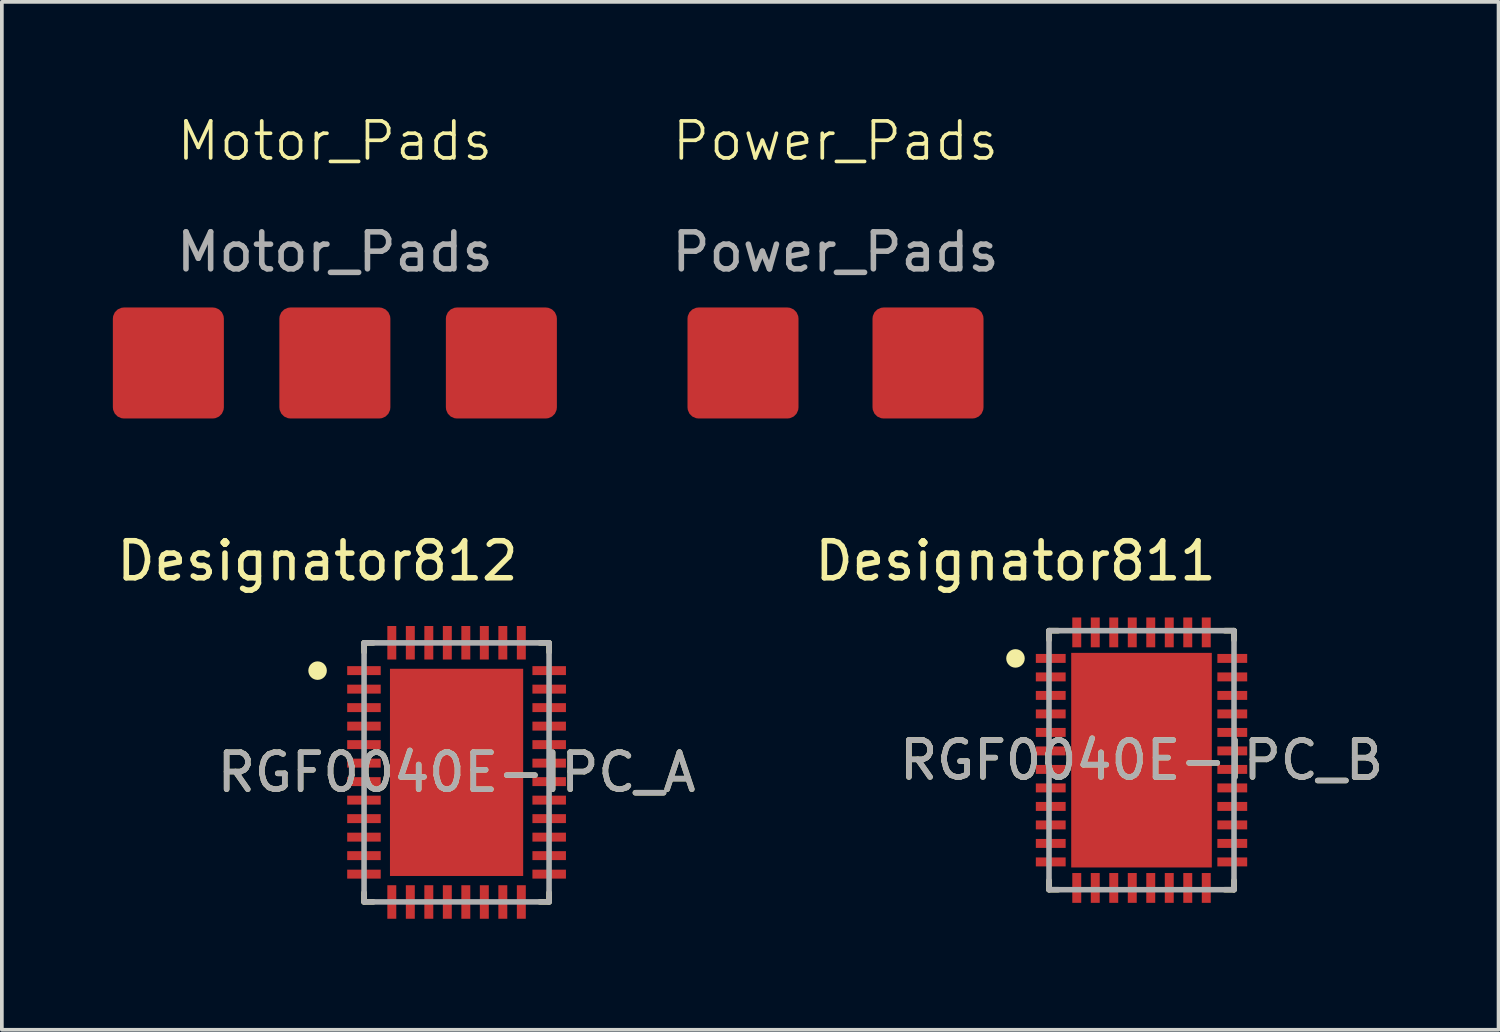
<source format=kicad_pcb>
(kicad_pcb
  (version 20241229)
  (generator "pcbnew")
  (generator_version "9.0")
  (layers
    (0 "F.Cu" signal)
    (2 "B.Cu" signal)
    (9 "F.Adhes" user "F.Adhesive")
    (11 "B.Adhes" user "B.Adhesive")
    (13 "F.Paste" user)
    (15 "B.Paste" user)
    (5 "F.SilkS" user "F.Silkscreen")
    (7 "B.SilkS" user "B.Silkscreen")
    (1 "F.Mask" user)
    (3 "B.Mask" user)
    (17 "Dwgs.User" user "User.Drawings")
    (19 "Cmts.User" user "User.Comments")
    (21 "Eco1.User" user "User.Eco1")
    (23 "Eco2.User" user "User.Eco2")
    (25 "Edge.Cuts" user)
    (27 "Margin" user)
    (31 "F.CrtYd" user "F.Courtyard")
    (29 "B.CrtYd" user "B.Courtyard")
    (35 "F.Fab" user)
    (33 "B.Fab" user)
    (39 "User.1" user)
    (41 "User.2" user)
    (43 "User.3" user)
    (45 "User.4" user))
  (footprint "Power_Pads"
    (layer "F.Cu")
    (at 19.53 1.26)
    (property "Reference" "Power_Pads" (at 0 -0.5 0) (unlocked yes) (layer "F.SilkS") (effects (font (size 1 1) (thickness 0.1))))
    (attr smd)
    (fp_text user "${REFERENCE}" (at 0 2.5 0) (unlocked yes) (layer "F.Fab") (effects (font (size 1 1) (thickness 0.15))))
    (pad "1" smd roundrect (at -2.5 5.5) (size 3 3) (layers "F.Cu" "F.Mask" "F.Paste") (roundrect_rratio 0.1))
    (pad "2" smd roundrect (at 2.5 5.5) (size 3 3) (layers "F.Cu" "F.Mask" "F.Paste") (roundrect_rratio 0.1)))
  (footprint "RGF0040E-IPC_A"
    (layer "F.Cu")
    (at 9.289 17.824)
    (property "Reference" "RGF0040E-IPC_A" (at 0 0 0) (unlocked yes) (layer "F.SilkS") (effects (font (size 1 1) (thickness 0.15))))
    (attr smd)
    (fp_line (start -2.5 -3.5) (end -2.25 -3.5) (stroke (width 0.15) (type solid)) (layer "F.SilkS"))
    (fp_line (start -2.5 -3.25) (end -2.5 -3.5) (stroke (width 0.15) (type solid)) (layer "F.SilkS"))
    (fp_line (start -2.5 3.5) (end -2.5 3.25) (stroke (width 0.15) (type solid)) (layer "F.SilkS"))
    (fp_line (start -2.5 3.5) (end -2.25 3.5) (stroke (width 0.15) (type solid)) (layer "F.SilkS"))
    (fp_line (start 2.25 -3.5) (end 2.5 -3.5) (stroke (width 0.15) (type solid)) (layer "F.SilkS"))
    (fp_line (start 2.25 3.5) (end 2.5 3.5) (stroke (width 0.15) (type solid)) (layer "F.SilkS"))
    (fp_line (start 2.5 -3.25) (end 2.5 -3.5) (stroke (width 0.15) (type solid)) (layer "F.SilkS"))
    (fp_line (start 2.5 3.5) (end 2.5 3.25) (stroke (width 0.15) (type solid)) (layer "F.SilkS"))
    (fp_circle (center -3.756 -2.75) (end -3.631 -2.75) (stroke (width 0.25) (type solid)) (fill no) (layer "F.SilkS"))
    (fp_poly (pts (xy -1.278 -0.311) (xy 1.278 -0.311) (xy 1.278 -2.278) (xy -1.278 -2.278)) (stroke (width 0) (type solid)) (fill yes) (layer "F.Paste"))
    (fp_poly (pts (xy -1.278 2.278) (xy 1.278 2.278) (xy 1.278 0.311) (xy -1.278 0.311)) (stroke (width 0) (type solid)) (fill yes) (layer "F.Paste"))
    (fp_line (start -2.5 -3.5) (end 2.5 -3.5) (stroke (width 0.15) (type solid)) (layer "F.Fab"))
    (fp_line (start -2.5 3.5) (end -2.5 -3.5) (stroke (width 0.15) (type solid)) (layer "F.Fab"))
    (fp_line (start -2.5 3.5) (end 2.5 3.5) (stroke (width 0.15) (type solid)) (layer "F.Fab"))
    (fp_line (start 2.5 3.5) (end 2.5 -3.5) (stroke (width 0.15) (type solid)) (layer "F.Fab"))
    (fp_text user "Designator812" (at -3.759 -5.715 0) (unlocked yes) (layer "F.SilkS") (effects (font (size 1 1) (thickness 0.15))))
    (fp_text user "${REFERENCE}" (at 0 0 0) (unlocked yes) (layer "F.Fab") (effects (font (size 1 1) (thickness 0.15))))
    (pad "1" smd rect (at -2.503 -2.75 90) (size 0.242 0.906) (layers "F.Cu" "F.Mask" "F.Paste"))
    (pad "2" smd rect (at -2.503 -2.25 90) (size 0.242 0.906) (layers "F.Cu" "F.Mask" "F.Paste"))
    (pad "3" smd rect (at -2.503 -1.75 90) (size 0.242 0.906) (layers "F.Cu" "F.Mask" "F.Paste"))
    (pad "4" smd rect (at -2.503 -1.25 90) (size 0.242 0.906) (layers "F.Cu" "F.Mask" "F.Paste"))
    (pad "5" smd rect (at -2.503 -0.75 90) (size 0.242 0.906) (layers "F.Cu" "F.Mask" "F.Paste"))
    (pad "6" smd rect (at -2.503 -0.25 90) (size 0.242 0.906) (layers "F.Cu" "F.Mask" "F.Paste"))
    (pad "7" smd rect (at -2.503 0.25 90) (size 0.242 0.906) (layers "F.Cu" "F.Mask" "F.Paste"))
    (pad "8" smd rect (at -2.503 0.75 90) (size 0.242 0.906) (layers "F.Cu" "F.Mask" "F.Paste"))
    (pad "9" smd rect (at -2.503 1.25 90) (size 0.242 0.906) (layers "F.Cu" "F.Mask" "F.Paste"))
    (pad "10" smd rect (at -2.503 1.75 90) (size 0.242 0.906) (layers "F.Cu" "F.Mask" "F.Paste"))
    (pad "11" smd rect (at -2.503 2.25 90) (size 0.242 0.906) (layers "F.Cu" "F.Mask" "F.Paste"))
    (pad "12" smd rect (at -2.503 2.75 90) (size 0.242 0.906) (layers "F.Cu" "F.Mask" "F.Paste"))
    (pad "13" smd rect (at -1.75 3.503) (size 0.242 0.906) (layers "F.Cu" "F.Mask" "F.Paste"))
    (pad "14" smd rect (at -1.25 3.503) (size 0.242 0.906) (layers "F.Cu" "F.Mask" "F.Paste"))
    (pad "15" smd rect (at -0.75 3.503) (size 0.242 0.906) (layers "F.Cu" "F.Mask" "F.Paste"))
    (pad "16" smd rect (at -0.25 3.503) (size 0.242 0.906) (layers "F.Cu" "F.Mask" "F.Paste"))
    (pad "17" smd rect (at 0.25 3.503) (size 0.242 0.906) (layers "F.Cu" "F.Mask" "F.Paste"))
    (pad "18" smd rect (at 0.75 3.503) (size 0.242 0.906) (layers "F.Cu" "F.Mask" "F.Paste"))
    (pad "19" smd rect (at 1.25 3.503) (size 0.242 0.906) (layers "F.Cu" "F.Mask" "F.Paste"))
    (pad "20" smd rect (at 1.75 3.503) (size 0.242 0.906) (layers "F.Cu" "F.Mask" "F.Paste"))
    (pad "21" smd rect (at 2.503 2.75 90) (size 0.242 0.906) (layers "F.Cu" "F.Mask" "F.Paste"))
    (pad "22" smd rect (at 2.503 2.25 90) (size 0.242 0.906) (layers "F.Cu" "F.Mask" "F.Paste"))
    (pad "23" smd rect (at 2.503 1.75 90) (size 0.242 0.906) (layers "F.Cu" "F.Mask" "F.Paste"))
    (pad "24" smd rect (at 2.503 1.25 90) (size 0.242 0.906) (layers "F.Cu" "F.Mask" "F.Paste"))
    (pad "25" smd rect (at 2.503 0.75 90) (size 0.242 0.906) (layers "F.Cu" "F.Mask" "F.Paste"))
    (pad "26" smd rect (at 2.503 0.25 90) (size 0.242 0.906) (layers "F.Cu" "F.Mask" "F.Paste"))
    (pad "27" smd rect (at 2.503 -0.25 90) (size 0.242 0.906) (layers "F.Cu" "F.Mask" "F.Paste"))
    (pad "28" smd rect (at 2.503 -0.75 90) (size 0.242 0.906) (layers "F.Cu" "F.Mask" "F.Paste"))
    (pad "29" smd rect (at 2.503 -1.25 90) (size 0.242 0.906) (layers "F.Cu" "F.Mask" "F.Paste"))
    (pad "30" smd rect (at 2.503 -1.75 90) (size 0.242 0.906) (layers "F.Cu" "F.Mask" "F.Paste"))
    (pad "31" smd rect (at 2.503 -2.25 90) (size 0.242 0.906) (layers "F.Cu" "F.Mask" "F.Paste"))
    (pad "32" smd rect (at 2.503 -2.75 90) (size 0.242 0.906) (layers "F.Cu" "F.Mask" "F.Paste"))
    (pad "33" smd rect (at 1.75 -3.503) (size 0.242 0.906) (layers "F.Cu" "F.Mask" "F.Paste"))
    (pad "34" smd rect (at 1.25 -3.503) (size 0.242 0.906) (layers "F.Cu" "F.Mask" "F.Paste"))
    (pad "35" smd rect (at 0.75 -3.503) (size 0.242 0.906) (layers "F.Cu" "F.Mask" "F.Paste"))
    (pad "36" smd rect (at 0.25 -3.503) (size 0.242 0.906) (layers "F.Cu" "F.Mask" "F.Paste"))
    (pad "37" smd rect (at -0.25 -3.503) (size 0.242 0.906) (layers "F.Cu" "F.Mask" "F.Paste"))
    (pad "38" smd rect (at -0.75 -3.503) (size 0.242 0.906) (layers "F.Cu" "F.Mask" "F.Paste"))
    (pad "39" smd rect (at -1.25 -3.503) (size 0.242 0.906) (layers "F.Cu" "F.Mask" "F.Paste"))
    (pad "40" smd rect (at -1.75 -3.503) (size 0.242 0.906) (layers "F.Cu" "F.Mask" "F.Paste"))
    (pad "41" smd rect (at 0 0) (size 3.6 5.6) (layers "F.Cu" "F.Mask")))
  (footprint "Motor_Pads"
    (layer "F.Cu")
    (at 6 1.26)
    (property "Reference" "Motor_Pads" (at 0 -0.5 0) (unlocked yes) (layer "F.SilkS") (effects (font (size 1 1) (thickness 0.1))))
    (attr smd)
    (fp_text user "${REFERENCE}" (at 0 2.5 0) (unlocked yes) (layer "F.Fab") (effects (font (size 1 1) (thickness 0.15))))
    (pad "1" smd roundrect (at -4.5 5.5) (size 3 3) (layers "F.Cu" "F.Mask" "F.Paste") (roundrect_rratio 0.1))
    (pad "2" smd roundrect (at 0 5.5) (size 3 3) (layers "F.Cu" "F.Mask" "F.Paste") (roundrect_rratio 0.1))
    (pad "3" smd roundrect (at 4.5 5.5) (size 3 3) (layers "F.Cu" "F.Mask" "F.Paste") (roundrect_rratio 0.1)))
  (footprint "RGF0040E-IPC_B"
    (layer "F.Cu")
    (at 27.8 17.494)
    (property "Reference" "RGF0040E-IPC_B" (at 0 0 0) (unlocked yes) (layer "F.SilkS") (effects (font (size 1 1) (thickness 0.15))))
    (attr smd)
    (fp_line (start -2.5 -3.5) (end -2.25 -3.5) (stroke (width 0.15) (type solid)) (layer "F.SilkS"))
    (fp_line (start -2.5 -3.25) (end -2.5 -3.5) (stroke (width 0.15) (type solid)) (layer "F.SilkS"))
    (fp_line (start -2.5 3.5) (end -2.5 3.25) (stroke (width 0.15) (type solid)) (layer "F.SilkS"))
    (fp_line (start -2.5 3.5) (end -2.25 3.5) (stroke (width 0.15) (type solid)) (layer "F.SilkS"))
    (fp_line (start 2.25 -3.5) (end 2.5 -3.5) (stroke (width 0.15) (type solid)) (layer "F.SilkS"))
    (fp_line (start 2.25 3.5) (end 2.5 3.5) (stroke (width 0.15) (type solid)) (layer "F.SilkS"))
    (fp_line (start 2.5 -3.25) (end 2.5 -3.5) (stroke (width 0.15) (type solid)) (layer "F.SilkS"))
    (fp_line (start 2.5 3.5) (end 2.5 3.25) (stroke (width 0.15) (type solid)) (layer "F.SilkS"))
    (fp_circle (center -3.406 -2.75) (end -3.281 -2.75) (stroke (width 0.25) (type solid)) (fill no) (layer "F.SilkS"))
    (fp_poly (pts (xy -1.278 -0.311) (xy 1.278 -0.311) (xy 1.278 -2.278) (xy -1.278 -2.278)) (stroke (width 0) (type solid)) (fill yes) (layer "F.Paste"))
    (fp_poly (pts (xy -1.278 2.278) (xy 1.278 2.278) (xy 1.278 0.311) (xy -1.278 0.311)) (stroke (width 0) (type solid)) (fill yes) (layer "F.Paste"))
    (fp_line (start -2.5 -3.5) (end 2.5 -3.5) (stroke (width 0.15) (type solid)) (layer "F.Fab"))
    (fp_line (start -2.5 3.5) (end -2.5 -3.5) (stroke (width 0.15) (type solid)) (layer "F.Fab"))
    (fp_line (start -2.5 3.5) (end 2.5 3.5) (stroke (width 0.15) (type solid)) (layer "F.Fab"))
    (fp_line (start 2.5 3.5) (end 2.5 -3.5) (stroke (width 0.15) (type solid)) (layer "F.Fab"))
    (fp_text user "Designator811" (at -3.404 -5.385 0) (unlocked yes) (layer "F.SilkS") (effects (font (size 1 1) (thickness 0.15))))
    (fp_text user "${REFERENCE}" (at 0 0 0) (unlocked yes) (layer "F.Fab") (effects (font (size 1 1) (thickness 0.15))))
    (pad "1" smd rect (at -2.453 -2.75 90) (size 0.242 0.806) (layers "F.Cu" "F.Mask" "F.Paste"))
    (pad "2" smd rect (at -2.453 -2.25 90) (size 0.242 0.806) (layers "F.Cu" "F.Mask" "F.Paste"))
    (pad "3" smd rect (at -2.453 -1.75 90) (size 0.242 0.806) (layers "F.Cu" "F.Mask" "F.Paste"))
    (pad "4" smd rect (at -2.453 -1.25 90) (size 0.242 0.806) (layers "F.Cu" "F.Mask" "F.Paste"))
    (pad "5" smd rect (at -2.453 -0.75 90) (size 0.242 0.806) (layers "F.Cu" "F.Mask" "F.Paste"))
    (pad "6" smd rect (at -2.453 -0.25 90) (size 0.242 0.806) (layers "F.Cu" "F.Mask" "F.Paste"))
    (pad "7" smd rect (at -2.453 0.25 90) (size 0.242 0.806) (layers "F.Cu" "F.Mask" "F.Paste"))
    (pad "8" smd rect (at -2.453 0.75 90) (size 0.242 0.806) (layers "F.Cu" "F.Mask" "F.Paste"))
    (pad "9" smd rect (at -2.453 1.25 90) (size 0.242 0.806) (layers "F.Cu" "F.Mask" "F.Paste"))
    (pad "10" smd rect (at -2.453 1.75 90) (size 0.242 0.806) (layers "F.Cu" "F.Mask" "F.Paste"))
    (pad "11" smd rect (at -2.453 2.25 90) (size 0.242 0.806) (layers "F.Cu" "F.Mask" "F.Paste"))
    (pad "12" smd rect (at -2.453 2.75 90) (size 0.242 0.806) (layers "F.Cu" "F.Mask" "F.Paste"))
    (pad "13" smd rect (at -1.75 3.453) (size 0.242 0.806) (layers "F.Cu" "F.Mask" "F.Paste"))
    (pad "14" smd rect (at -1.25 3.453) (size 0.242 0.806) (layers "F.Cu" "F.Mask" "F.Paste"))
    (pad "15" smd rect (at -0.75 3.453) (size 0.242 0.806) (layers "F.Cu" "F.Mask" "F.Paste"))
    (pad "16" smd rect (at -0.25 3.453) (size 0.242 0.806) (layers "F.Cu" "F.Mask" "F.Paste"))
    (pad "17" smd rect (at 0.25 3.453) (size 0.242 0.806) (layers "F.Cu" "F.Mask" "F.Paste"))
    (pad "18" smd rect (at 0.75 3.453) (size 0.242 0.806) (layers "F.Cu" "F.Mask" "F.Paste"))
    (pad "19" smd rect (at 1.25 3.453) (size 0.242 0.806) (layers "F.Cu" "F.Mask" "F.Paste"))
    (pad "20" smd rect (at 1.75 3.453) (size 0.242 0.806) (layers "F.Cu" "F.Mask" "F.Paste"))
    (pad "21" smd rect (at 2.453 2.75 90) (size 0.242 0.806) (layers "F.Cu" "F.Mask" "F.Paste"))
    (pad "22" smd rect (at 2.453 2.25 90) (size 0.242 0.806) (layers "F.Cu" "F.Mask" "F.Paste"))
    (pad "23" smd rect (at 2.453 1.75 90) (size 0.242 0.806) (layers "F.Cu" "F.Mask" "F.Paste"))
    (pad "24" smd rect (at 2.453 1.25 90) (size 0.242 0.806) (layers "F.Cu" "F.Mask" "F.Paste"))
    (pad "25" smd rect (at 2.453 0.75 90) (size 0.242 0.806) (layers "F.Cu" "F.Mask" "F.Paste"))
    (pad "26" smd rect (at 2.453 0.25 90) (size 0.242 0.806) (layers "F.Cu" "F.Mask" "F.Paste"))
    (pad "27" smd rect (at 2.453 -0.25 90) (size 0.242 0.806) (layers "F.Cu" "F.Mask" "F.Paste"))
    (pad "28" smd rect (at 2.453 -0.75 90) (size 0.242 0.806) (layers "F.Cu" "F.Mask" "F.Paste"))
    (pad "29" smd rect (at 2.453 -1.25 90) (size 0.242 0.806) (layers "F.Cu" "F.Mask" "F.Paste"))
    (pad "30" smd rect (at 2.453 -1.75 90) (size 0.242 0.806) (layers "F.Cu" "F.Mask" "F.Paste"))
    (pad "31" smd rect (at 2.453 -2.25 90) (size 0.242 0.806) (layers "F.Cu" "F.Mask" "F.Paste"))
    (pad "32" smd rect (at 2.453 -2.75 90) (size 0.242 0.806) (layers "F.Cu" "F.Mask" "F.Paste"))
    (pad "33" smd rect (at 1.75 -3.453) (size 0.242 0.806) (layers "F.Cu" "F.Mask" "F.Paste"))
    (pad "34" smd rect (at 1.25 -3.453) (size 0.242 0.806) (layers "F.Cu" "F.Mask" "F.Paste"))
    (pad "35" smd rect (at 0.75 -3.453) (size 0.242 0.806) (layers "F.Cu" "F.Mask" "F.Paste"))
    (pad "36" smd rect (at 0.25 -3.453) (size 0.242 0.806) (layers "F.Cu" "F.Mask" "F.Paste"))
    (pad "37" smd rect (at -0.25 -3.453) (size 0.242 0.806) (layers "F.Cu" "F.Mask" "F.Paste"))
    (pad "38" smd rect (at -0.75 -3.453) (size 0.242 0.806) (layers "F.Cu" "F.Mask" "F.Paste"))
    (pad "39" smd rect (at -1.25 -3.453) (size 0.242 0.806) (layers "F.Cu" "F.Mask" "F.Paste"))
    (pad "40" smd rect (at -1.75 -3.453) (size 0.242 0.806) (layers "F.Cu" "F.Mask" "F.Paste"))
    (pad "41" smd rect (at 0 0) (size 3.8 5.8) (layers "F.Cu" "F.Mask")))
  (gr_rect
    (start -3 -3)
    (end 37.449 24.78)
    (stroke (width 0.1) (type default))
    (fill no)
    (layer "Edge.Cuts")))
</source>
